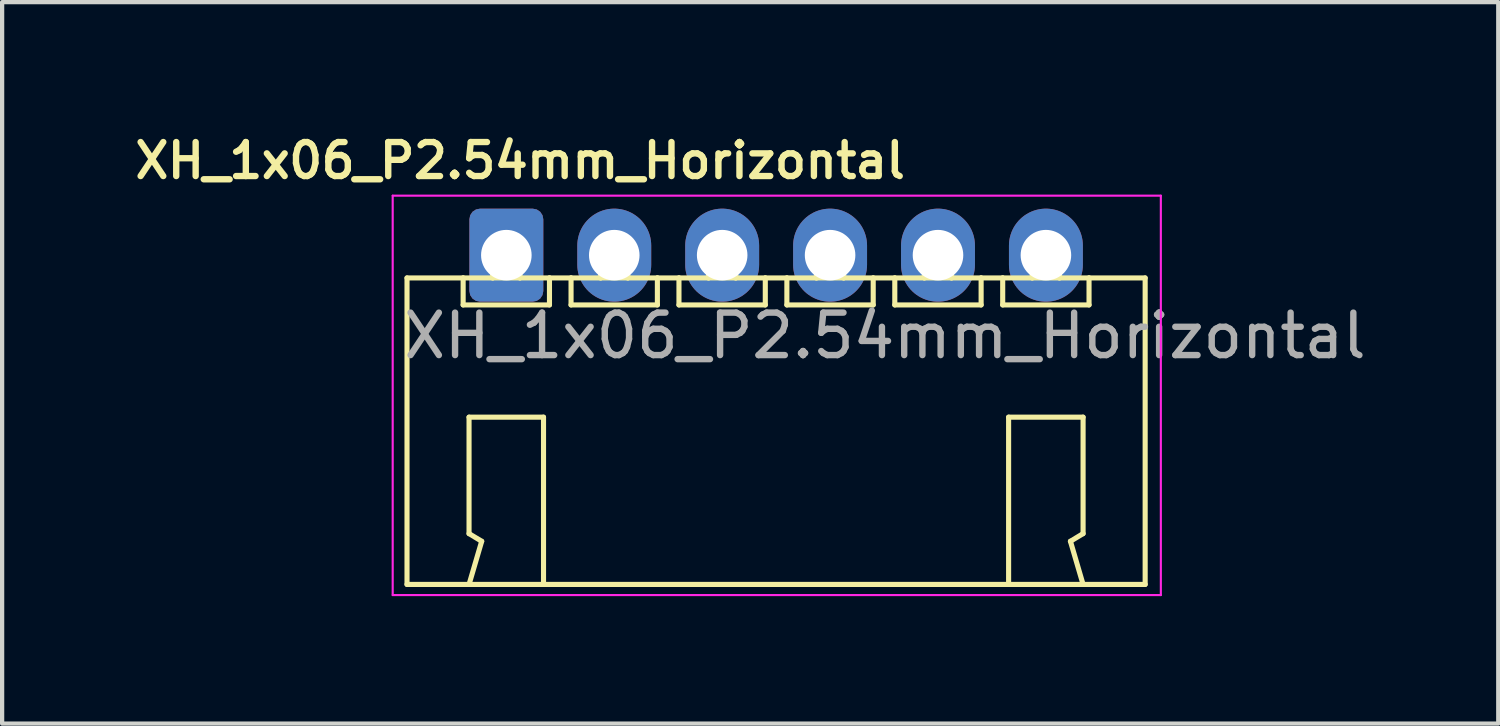
<source format=kicad_pcb>
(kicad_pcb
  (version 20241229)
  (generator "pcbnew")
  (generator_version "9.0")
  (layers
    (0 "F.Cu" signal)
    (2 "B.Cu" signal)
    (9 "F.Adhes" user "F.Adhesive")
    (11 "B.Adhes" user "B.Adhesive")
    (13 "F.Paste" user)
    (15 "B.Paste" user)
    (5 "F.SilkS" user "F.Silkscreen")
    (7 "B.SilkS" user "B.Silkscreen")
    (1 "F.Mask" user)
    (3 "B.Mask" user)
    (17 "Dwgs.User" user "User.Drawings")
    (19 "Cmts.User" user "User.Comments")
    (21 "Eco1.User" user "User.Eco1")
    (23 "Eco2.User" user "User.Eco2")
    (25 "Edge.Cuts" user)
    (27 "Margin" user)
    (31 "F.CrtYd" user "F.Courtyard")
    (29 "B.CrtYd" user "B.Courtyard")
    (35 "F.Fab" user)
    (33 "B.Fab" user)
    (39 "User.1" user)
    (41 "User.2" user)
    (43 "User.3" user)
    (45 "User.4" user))
  (footprint "XH_1x06_P2.54mm_Horizontal"
    (layer "F.Cu")
    (at 8.868 2.956)
    (property "Reference" "XH_1x06_P2.54mm_Horizontal" (at 0.325 -2.225 0) (layer "F.SilkS") (effects (font (size 0.8 0.8) (thickness 0.15))))
    (attr through_hole)
    (fp_line (start -2.338 0.536) (end -1.017 0.536) (stroke (width 0.12) (type solid)) (layer "F.SilkS"))
    (fp_line (start -2.338 7.75) (end -0.878 7.75) (stroke (width 0.12) (type solid)) (layer "F.SilkS"))
    (fp_line (start -2.338 7.75) (end -2.338 0.536) (stroke (width 0.12) (type solid)) (layer "F.SilkS"))
    (fp_line (start -1.017 1.171) (end -1.017 0.536) (stroke (width 0.12) (type solid)) (layer "F.SilkS"))
    (fp_line (start -0.878 3.813) (end -0.878 6.554) (stroke (width 0.12) (type solid)) (layer "F.SilkS"))
    (fp_line (start -0.878 6.554) (end -0.58 6.734) (stroke (width 0.12) (type solid)) (layer "F.SilkS"))
    (fp_line (start -0.58 6.734) (end -0.878 7.75) (stroke (width 0.12) (type solid)) (layer "F.SilkS"))
    (fp_line (start -0.321 -0.058) (end -0.321 -0.286) (stroke (width 0.12) (type solid)) (layer "F.SilkS"))
    (fp_line (start -0.321 0.536) (end -1.017 0.536) (stroke (width 0.12) (type solid)) (layer "F.SilkS"))
    (fp_line (start -0.321 0.536) (end -0.321 -0.058) (stroke (width 0.12) (type solid)) (layer "F.SilkS"))
    (fp_line (start 0.319 -0.286) (end -0.321 -0.286) (stroke (width 0.12) (type solid)) (layer "F.SilkS"))
    (fp_line (start 0.319 -0.286) (end 0.319 -0.058) (stroke (width 0.12) (type solid)) (layer "F.SilkS"))
    (fp_line (start 0.319 -0.058) (end -0.321 -0.058) (stroke (width 0.12) (type solid)) (layer "F.SilkS"))
    (fp_line (start 0.319 0.536) (end -0.321 0.536) (stroke (width 0.12) (type solid)) (layer "F.SilkS"))
    (fp_line (start 0.319 0.536) (end 0.319 -0.058) (stroke (width 0.12) (type solid)) (layer "F.SilkS"))
    (fp_line (start 0.875 3.813) (end -0.878 3.813) (stroke (width 0.12) (type solid)) (layer "F.SilkS"))
    (fp_line (start 0.875 7.75) (end 11.822 7.75) (stroke (width 0.12) (type solid)) (layer "F.SilkS"))
    (fp_line (start 0.875 7.75) (end -0.878 7.75) (stroke (width 0.12) (type solid)) (layer "F.SilkS"))
    (fp_line (start 0.875 7.75) (end 0.875 3.813) (stroke (width 0.12) (type solid)) (layer "F.SilkS"))
    (fp_line (start 1.015 0.536) (end 1.523 0.536) (stroke (width 0.12) (type solid)) (layer "F.SilkS"))
    (fp_line (start 1.015 0.536) (end 0.319 0.536) (stroke (width 0.12) (type solid)) (layer "F.SilkS"))
    (fp_line (start 1.015 1.171) (end -1.017 1.171) (stroke (width 0.12) (type solid)) (layer "F.SilkS"))
    (fp_line (start 1.015 1.171) (end 1.015 0.536) (stroke (width 0.12) (type solid)) (layer "F.SilkS"))
    (fp_line (start 1.523 1.171) (end 1.523 0.536) (stroke (width 0.12) (type solid)) (layer "F.SilkS"))
    (fp_line (start 2.219 -0.058) (end 2.219 -0.286) (stroke (width 0.12) (type solid)) (layer "F.SilkS"))
    (fp_line (start 2.219 0.536) (end 1.523 0.536) (stroke (width 0.12) (type solid)) (layer "F.SilkS"))
    (fp_line (start 2.219 0.536) (end 2.219 -0.058) (stroke (width 0.12) (type solid)) (layer "F.SilkS"))
    (fp_line (start 2.859 -0.286) (end 2.219 -0.286) (stroke (width 0.12) (type solid)) (layer "F.SilkS"))
    (fp_line (start 2.859 -0.286) (end 2.859 -0.058) (stroke (width 0.12) (type solid)) (layer "F.SilkS"))
    (fp_line (start 2.859 -0.058) (end 2.219 -0.058) (stroke (width 0.12) (type solid)) (layer "F.SilkS"))
    (fp_line (start 2.859 0.536) (end 2.219 0.536) (stroke (width 0.12) (type solid)) (layer "F.SilkS"))
    (fp_line (start 2.859 0.536) (end 2.859 -0.058) (stroke (width 0.12) (type solid)) (layer "F.SilkS"))
    (fp_line (start 3.555 0.536) (end 4.063 0.536) (stroke (width 0.12) (type solid)) (layer "F.SilkS"))
    (fp_line (start 3.555 0.536) (end 2.859 0.536) (stroke (width 0.12) (type solid)) (layer "F.SilkS"))
    (fp_line (start 3.555 1.171) (end 1.523 1.171) (stroke (width 0.12) (type solid)) (layer "F.SilkS"))
    (fp_line (start 3.555 1.171) (end 3.555 0.536) (stroke (width 0.12) (type solid)) (layer "F.SilkS"))
    (fp_line (start 4.063 1.171) (end 4.063 0.536) (stroke (width 0.12) (type solid)) (layer "F.SilkS"))
    (fp_line (start 4.759 -0.058) (end 4.759 -0.286) (stroke (width 0.12) (type solid)) (layer "F.SilkS"))
    (fp_line (start 4.759 0.536) (end 4.063 0.536) (stroke (width 0.12) (type solid)) (layer "F.SilkS"))
    (fp_line (start 4.759 0.536) (end 4.759 -0.058) (stroke (width 0.12) (type solid)) (layer "F.SilkS"))
    (fp_line (start 5.399 -0.286) (end 4.759 -0.286) (stroke (width 0.12) (type solid)) (layer "F.SilkS"))
    (fp_line (start 5.399 -0.286) (end 5.399 -0.058) (stroke (width 0.12) (type solid)) (layer "F.SilkS"))
    (fp_line (start 5.399 -0.058) (end 4.759 -0.058) (stroke (width 0.12) (type solid)) (layer "F.SilkS"))
    (fp_line (start 5.399 0.536) (end 4.759 0.536) (stroke (width 0.12) (type solid)) (layer "F.SilkS"))
    (fp_line (start 5.399 0.536) (end 5.399 -0.058) (stroke (width 0.12) (type solid)) (layer "F.SilkS"))
    (fp_line (start 6.095 0.536) (end 5.399 0.536) (stroke (width 0.12) (type solid)) (layer "F.SilkS"))
    (fp_line (start 6.095 1.171) (end 4.063 1.171) (stroke (width 0.12) (type solid)) (layer "F.SilkS"))
    (fp_line (start 6.095 1.171) (end 6.095 0.536) (stroke (width 0.12) (type solid)) (layer "F.SilkS"))
    (fp_line (start 6.095 0.536) (end 6.603 0.536) (stroke (width 0.12) (type solid)) (layer "F.SilkS"))
    (fp_line (start 6.603 1.171) (end 6.603 0.536) (stroke (width 0.12) (type solid)) (layer "F.SilkS"))
    (fp_line (start 7.299 0.536) (end 7.299 -0.058) (stroke (width 0.12) (type solid)) (layer "F.SilkS"))
    (fp_line (start 7.299 -0.058) (end 7.299 -0.286) (stroke (width 0.12) (type solid)) (layer "F.SilkS"))
    (fp_line (start 7.299 0.536) (end 6.603 0.536) (stroke (width 0.12) (type solid)) (layer "F.SilkS"))
    (fp_line (start 7.939 0.536) (end 7.939 -0.058) (stroke (width 0.12) (type solid)) (layer "F.SilkS"))
    (fp_line (start 7.939 -0.286) (end 7.299 -0.286) (stroke (width 0.12) (type solid)) (layer "F.SilkS"))
    (fp_line (start 7.939 -0.286) (end 7.939 -0.058) (stroke (width 0.12) (type solid)) (layer "F.SilkS"))
    (fp_line (start 7.939 -0.058) (end 7.299 -0.058) (stroke (width 0.12) (type solid)) (layer "F.SilkS"))
    (fp_line (start 7.939 0.536) (end 7.299 0.536) (stroke (width 0.12) (type solid)) (layer "F.SilkS"))
    (fp_line (start 8.635 0.536) (end 9.143 0.536) (stroke (width 0.12) (type solid)) (layer "F.SilkS"))
    (fp_line (start 8.635 0.536) (end 7.939 0.536) (stroke (width 0.12) (type solid)) (layer "F.SilkS"))
    (fp_line (start 8.635 1.171) (end 6.603 1.171) (stroke (width 0.12) (type solid)) (layer "F.SilkS"))
    (fp_line (start 8.635 1.171) (end 8.635 0.536) (stroke (width 0.12) (type solid)) (layer "F.SilkS"))
    (fp_line (start 9.143 1.171) (end 9.143 0.536) (stroke (width 0.12) (type solid)) (layer "F.SilkS"))
    (fp_line (start 9.839 0.536) (end 9.839 -0.058) (stroke (width 0.12) (type solid)) (layer "F.SilkS"))
    (fp_line (start 9.839 -0.058) (end 9.839 -0.286) (stroke (width 0.12) (type solid)) (layer "F.SilkS"))
    (fp_line (start 9.839 0.536) (end 9.143 0.536) (stroke (width 0.12) (type solid)) (layer "F.SilkS"))
    (fp_line (start 10.479 0.536) (end 10.479 -0.058) (stroke (width 0.12) (type solid)) (layer "F.SilkS"))
    (fp_line (start 10.479 -0.286) (end 9.839 -0.286) (stroke (width 0.12) (type solid)) (layer "F.SilkS"))
    (fp_line (start 10.479 -0.286) (end 10.479 -0.058) (stroke (width 0.12) (type solid)) (layer "F.SilkS"))
    (fp_line (start 10.479 -0.058) (end 9.839 -0.058) (stroke (width 0.12) (type solid)) (layer "F.SilkS"))
    (fp_line (start 10.479 0.536) (end 9.839 0.536) (stroke (width 0.12) (type solid)) (layer "F.SilkS"))
    (fp_line (start 11.175 0.536) (end 11.683 0.536) (stroke (width 0.12) (type solid)) (layer "F.SilkS"))
    (fp_line (start 11.175 0.536) (end 10.479 0.536) (stroke (width 0.12) (type solid)) (layer "F.SilkS"))
    (fp_line (start 11.175 1.171) (end 9.143 1.171) (stroke (width 0.12) (type solid)) (layer "F.SilkS"))
    (fp_line (start 11.175 1.171) (end 11.175 0.536) (stroke (width 0.12) (type solid)) (layer "F.SilkS"))
    (fp_line (start 11.683 1.171) (end 11.683 0.536) (stroke (width 0.12) (type solid)) (layer "F.SilkS"))
    (fp_line (start 11.822 3.813) (end 11.822 7.75) (stroke (width 0.12) (type solid)) (layer "F.SilkS"))
    (fp_line (start 12.379 0.536) (end 12.379 -0.058) (stroke (width 0.12) (type solid)) (layer "F.SilkS"))
    (fp_line (start 12.379 -0.058) (end 12.379 -0.286) (stroke (width 0.12) (type solid)) (layer "F.SilkS"))
    (fp_line (start 12.379 0.536) (end 11.683 0.536) (stroke (width 0.12) (type solid)) (layer "F.SilkS"))
    (fp_line (start 13.019 0.536) (end 13.019 -0.058) (stroke (width 0.12) (type solid)) (layer "F.SilkS"))
    (fp_line (start 13.019 -0.286) (end 12.379 -0.286) (stroke (width 0.12) (type solid)) (layer "F.SilkS"))
    (fp_line (start 13.019 -0.286) (end 13.019 -0.058) (stroke (width 0.12) (type solid)) (layer "F.SilkS"))
    (fp_line (start 13.019 -0.058) (end 12.379 -0.058) (stroke (width 0.12) (type solid)) (layer "F.SilkS"))
    (fp_line (start 13.019 0.536) (end 12.379 0.536) (stroke (width 0.12) (type solid)) (layer "F.SilkS"))
    (fp_line (start 13.277 6.734) (end 13.575 6.554) (stroke (width 0.12) (type solid)) (layer "F.SilkS"))
    (fp_line (start 13.575 3.813) (end 11.822 3.813) (stroke (width 0.12) (type solid)) (layer "F.SilkS"))
    (fp_line (start 13.575 6.554) (end 13.575 3.813) (stroke (width 0.12) (type solid)) (layer "F.SilkS"))
    (fp_line (start 13.575 7.75) (end 15.036 7.75) (stroke (width 0.12) (type solid)) (layer "F.SilkS"))
    (fp_line (start 13.575 7.75) (end 11.822 7.75) (stroke (width 0.12) (type solid)) (layer "F.SilkS"))
    (fp_line (start 13.575 7.75) (end 13.277 6.734) (stroke (width 0.12) (type solid)) (layer "F.SilkS"))
    (fp_line (start 13.715 0.536) (end 15.036 0.536) (stroke (width 0.12) (type solid)) (layer "F.SilkS"))
    (fp_line (start 13.715 0.536) (end 13.019 0.536) (stroke (width 0.12) (type solid)) (layer "F.SilkS"))
    (fp_line (start 13.715 1.171) (end 11.683 1.171) (stroke (width 0.12) (type solid)) (layer "F.SilkS"))
    (fp_line (start 13.715 1.171) (end 13.715 0.536) (stroke (width 0.12) (type solid)) (layer "F.SilkS"))
    (fp_line (start 15.036 7.75) (end 15.036 0.536) (stroke (width 0.12) (type solid)) (layer "F.SilkS"))
    (fp_line (start -2.675 -1.4) (end 15.405 -1.4) (stroke (width 0.05) (type solid)) (layer "F.CrtYd"))
    (fp_line (start -2.675 8) (end -2.675 -1.4) (stroke (width 0.05) (type solid)) (layer "F.CrtYd"))
    (fp_line (start 15.405 -1.4) (end 15.405 8) (stroke (width 0.05) (type solid)) (layer "F.CrtYd"))
    (fp_line (start 15.405 8) (end -2.675 8) (stroke (width 0.05) (type solid)) (layer "F.CrtYd"))
    (fp_text user "${REFERENCE}" (at 8.912 1.897 0) (layer "F.Fab") (effects (font (size 1 1) (thickness 0.15))))
    (pad "1" thru_hole roundrect (at 0 0) (size 1.74 2.19) (drill 1.19) (layers "*.Cu" "*.Mask") (roundrect_rratio 0.144))
    (pad "2" thru_hole oval (at 2.54 0) (size 1.74 2.19) (drill 1.19) (layers "*.Cu" "*.Mask"))
    (pad "3" thru_hole oval (at 5.08 0) (size 1.74 2.19) (drill 1.19) (layers "*.Cu" "*.Mask"))
    (pad "4" thru_hole oval (at 7.62 0) (size 1.74 2.19) (drill 1.19) (layers "*.Cu" "*.Mask"))
    (pad "5" thru_hole oval (at 10.16 0) (size 1.74 2.19) (drill 1.19) (layers "*.Cu" "*.Mask"))
    (pad "6" thru_hole oval (at 12.7 0) (size 1.74 2.19) (drill 1.19) (layers "*.Cu" "*.Mask")))
  (gr_rect
    (start -3 -3)
    (end 32.215 13.981)
    (stroke (width 0.1) (type default))
    (fill no)
    (layer "Edge.Cuts")))
</source>
